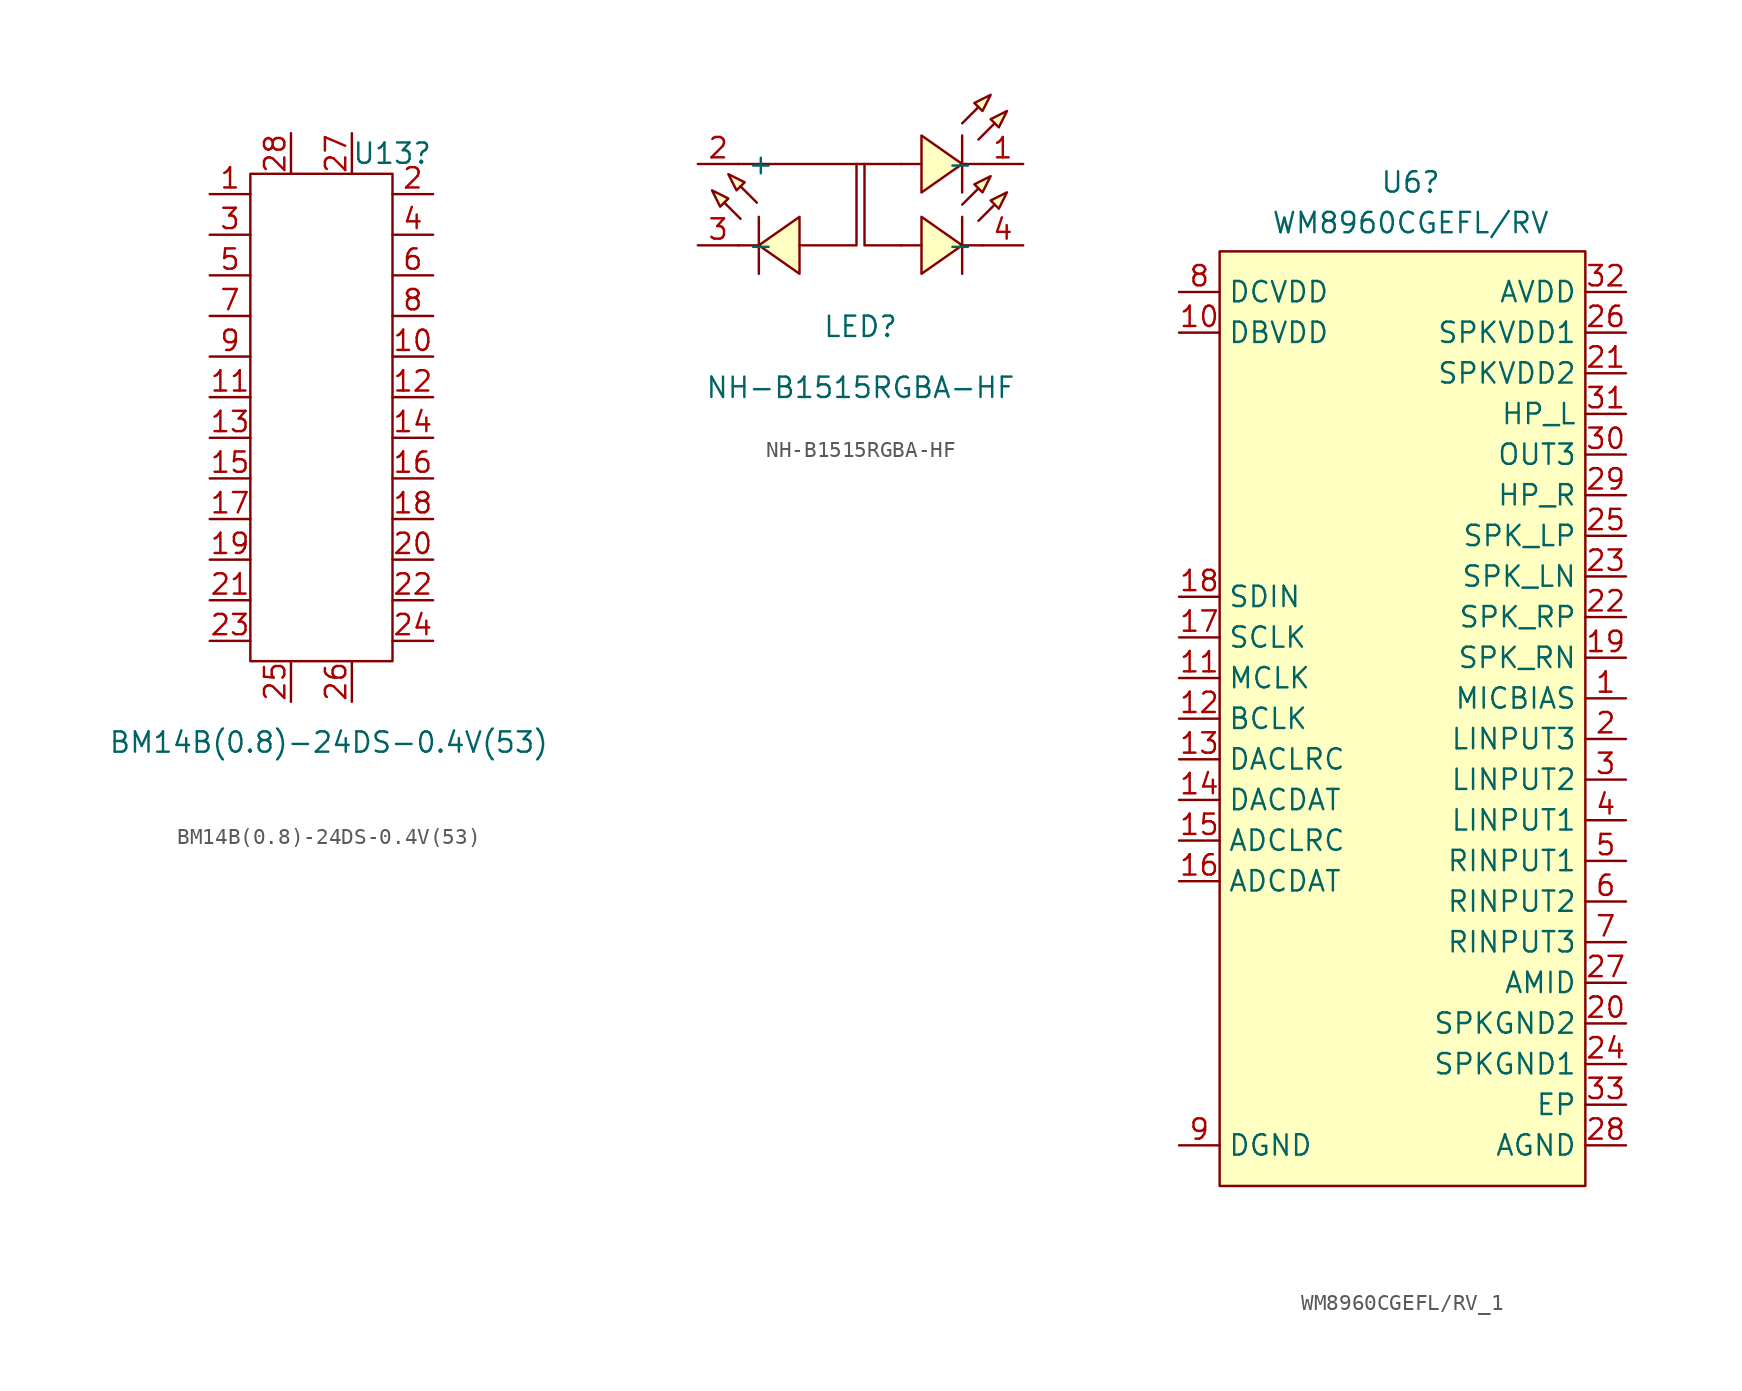
<source format=kicad_sym>
(kicad_symbol_lib
  (version 20231120)
  (generator "kicad_symbol_editor")
  (generator_version "8.0")
  (symbol "BM14B(0.8)-24DS-0.4V(53)"
    (property "Reference" "U13"
      (at 6.35 31.75 0)
      (effects (font (size 1.27 1.27)) (justify left)))
    (property "Value" "BM14B(0.8)-24DS-0.4V(53)"
      (at -8.89 -5.08 0)
      (effects (font (size 1.27 1.27)) (justify left)))
    (symbol "BM14B(0.8)-24DS-0.4V(53)_0_1"
      (rectangle (start 0 30.48) (end 8.89 0) (stroke (width 0) (type default)) (fill (type none))))
    (symbol "BM14B(0.8)-24DS-0.4V(53)_1_1"
      (pin input line (at -2.54 29.21 0) (length 2.54) (name "" (effects (font (size 1.27 1.27)))) (number "1" (effects (font (size 1.27 1.27)))))
      (pin input line (at 11.43 19.05 180) (length 2.54) (name "" (effects (font (size 1.27 1.27)))) (number "10" (effects (font (size 1.27 1.27)))))
      (pin input line (at -2.54 16.51 0) (length 2.54) (name "" (effects (font (size 1.27 1.27)))) (number "11" (effects (font (size 1.27 1.27)))))
      (pin input line (at 11.43 16.51 180) (length 2.54) (name "" (effects (font (size 1.27 1.27)))) (number "12" (effects (font (size 1.27 1.27)))))
      (pin input line (at -2.54 13.97 0) (length 2.54) (name "" (effects (font (size 1.27 1.27)))) (number "13" (effects (font (size 1.27 1.27)))))
      (pin input line (at 11.43 13.97 180) (length 2.54) (name "" (effects (font (size 1.27 1.27)))) (number "14" (effects (font (size 1.27 1.27)))))
      (pin input line (at -2.54 11.43 0) (length 2.54) (name "" (effects (font (size 1.27 1.27)))) (number "15" (effects (font (size 1.27 1.27)))))
      (pin input line (at 11.43 11.43 180) (length 2.54) (name "" (effects (font (size 1.27 1.27)))) (number "16" (effects (font (size 1.27 1.27)))))
      (pin input line (at -2.54 8.89 0) (length 2.54) (name "" (effects (font (size 1.27 1.27)))) (number "17" (effects (font (size 1.27 1.27)))))
      (pin input line (at 11.43 8.89 180) (length 2.54) (name "" (effects (font (size 1.27 1.27)))) (number "18" (effects (font (size 1.27 1.27)))))
      (pin input line (at -2.54 6.35 0) (length 2.54) (name "" (effects (font (size 1.27 1.27)))) (number "19" (effects (font (size 1.27 1.27)))))
      (pin input line (at 11.43 29.21 180) (length 2.54) (name "" (effects (font (size 1.27 1.27)))) (number "2" (effects (font (size 1.27 1.27)))))
      (pin input line (at 11.43 6.35 180) (length 2.54) (name "" (effects (font (size 1.27 1.27)))) (number "20" (effects (font (size 1.27 1.27)))))
      (pin input line (at -2.54 3.81 0) (length 2.54) (name "" (effects (font (size 1.27 1.27)))) (number "21" (effects (font (size 1.27 1.27)))))
      (pin input line (at 11.43 3.81 180) (length 2.54) (name "" (effects (font (size 1.27 1.27)))) (number "22" (effects (font (size 1.27 1.27)))))
      (pin input line (at -2.54 1.27 0) (length 2.54) (name "" (effects (font (size 1.27 1.27)))) (number "23" (effects (font (size 1.27 1.27)))))
      (pin input line (at 11.43 1.27 180) (length 2.54) (name "" (effects (font (size 1.27 1.27)))) (number "24" (effects (font (size 1.27 1.27)))))
      (pin input line (at 2.54 -2.54 90) (length 2.54) (name "" (effects (font (size 1.27 1.27)))) (number "25" (effects (font (size 1.27 1.27)))))
      (pin input line (at 6.35 -2.54 90) (length 2.54) (name "" (effects (font (size 1.27 1.27)))) (number "26" (effects (font (size 1.27 1.27)))))
      (pin input line (at 6.35 33.02 270) (length 2.54) (name "" (effects (font (size 1.27 1.27)))) (number "27" (effects (font (size 1.27 1.27)))))
      (pin input line (at 2.54 33.02 270) (length 2.54) (name "" (effects (font (size 1.27 1.27)))) (number "28" (effects (font (size 1.27 1.27)))))
      (pin input line (at -2.54 26.67 0) (length 2.54) (name "" (effects (font (size 1.27 1.27)))) (number "3" (effects (font (size 1.27 1.27)))))
      (pin input line (at 11.43 26.67 180) (length 2.54) (name "" (effects (font (size 1.27 1.27)))) (number "4" (effects (font (size 1.27 1.27)))))
      (pin input line (at -2.54 24.13 0) (length 2.54) (name "" (effects (font (size 1.27 1.27)))) (number "5" (effects (font (size 1.27 1.27)))))
      (pin input line (at 11.43 24.13 180) (length 2.54) (name "" (effects (font (size 1.27 1.27)))) (number "6" (effects (font (size 1.27 1.27)))))
      (pin input line (at -2.54 21.59 0) (length 2.54) (name "" (effects (font (size 1.27 1.27)))) (number "7" (effects (font (size 1.27 1.27)))))
      (pin input line (at 11.43 21.59 180) (length 2.54) (name "" (effects (font (size 1.27 1.27)))) (number "8" (effects (font (size 1.27 1.27)))))
      (pin input line (at -2.54 19.05 0) (length 2.54) (name "" (effects (font (size 1.27 1.27)))) (number "9" (effects (font (size 1.27 1.27)))))))
  (symbol "NH-B1515RGBA-HF"
    (property "Reference" "LED"
      (at 0 -3.81 0)
      (effects (font (size 1.27 1.27))))
    (property "Value" "NH-B1515RGBA-HF"
      (at 0 -7.62 0)
      (effects (font (size 1.27 1.27))))
    (symbol "NH-B1515RGBA-HF_0_1"
      (polyline (pts (xy -6.35 -0.51) (xy -6.35 3.05)) (stroke (width 0) (type default)) (fill (type none)))
      (polyline (pts (xy -6.35 1.27) (xy -7.62 1.27)) (stroke (width 0) (type default)) (fill (type none)))
      (polyline (pts (xy 2.54 1.27) (xy 3.81 1.27)) (stroke (width 0) (type default)) (fill (type none)))
      (polyline (pts (xy 2.54 6.35) (xy -7.62 6.35)) (stroke (width 0) (type default)) (fill (type none)))
      (polyline (pts (xy 2.54 6.35) (xy 3.81 6.35)) (stroke (width 0) (type default)) (fill (type none)))
      (polyline (pts (xy 6.35 -0.51) (xy 6.35 3.05)) (stroke (width 0) (type default)) (fill (type none)))
      (polyline (pts (xy 6.35 1.27) (xy 7.62 1.27)) (stroke (width 0) (type default)) (fill (type none)))
      (polyline (pts (xy 6.35 4.57) (xy 6.35 8.13)) (stroke (width 0) (type default)) (fill (type none)))
      (polyline (pts (xy 6.35 6.35) (xy 7.62 6.35)) (stroke (width 0) (type default)) (fill (type none)))
      (polyline (pts (xy -7.495 2.925) (xy -8.505 3.935) (xy -7.495 2.925)) (stroke (width 0) (type default)) (fill (type background)))
      (polyline (pts (xy -6.475 3.935) (xy -7.495 4.955) (xy -6.475 3.935)) (stroke (width 0) (type default)) (fill (type background)))
      (polyline (pts (xy -0.25 6.35) (xy -0.25 1.27) (xy -3.81 1.27)) (stroke (width 0) (type default)) (fill (type none)))
      (polyline (pts (xy 0.25 6.35) (xy 0.25 1.27) (xy 2.54 1.27)) (stroke (width 0) (type default)) (fill (type none)))
      (polyline (pts (xy 6.35 3.81) (xy 7.37 4.83) (xy 6.35 3.81)) (stroke (width 0) (type default)) (fill (type background)))
      (polyline (pts (xy 6.35 8.89) (xy 7.37 9.91) (xy 6.35 8.89)) (stroke (width 0) (type default)) (fill (type background)))
      (polyline (pts (xy 7.37 2.8) (xy 8.38 3.81) (xy 7.37 2.8)) (stroke (width 0) (type default)) (fill (type background)))
      (polyline (pts (xy 7.37 7.88) (xy 8.38 8.89) (xy 7.37 7.88)) (stroke (width 0) (type default)) (fill (type background)))
      (polyline (pts (xy -9.275 4.705) (xy -8.765 3.685) (xy -8.255 4.195) (xy -9.275 4.705)) (stroke (width 0) (type default)) (fill (type background)))
      (polyline (pts (xy -8.255 5.715) (xy -7.745 4.705) (xy -7.235 5.205) (xy -8.255 5.715)) (stroke (width 0) (type default)) (fill (type background)))
      (polyline (pts (xy -3.81 -0.51) (xy -6.35 1.27) (xy -3.81 3.05) (xy -3.81 -0.51)) (stroke (width 0) (type default)) (fill (type background)))
      (polyline (pts (xy 3.81 -0.51) (xy 6.35 1.27) (xy 3.81 3.05) (xy 3.81 -0.51)) (stroke (width 0) (type default)) (fill (type background)))
      (polyline (pts (xy 3.81 4.57) (xy 6.35 6.35) (xy 3.81 8.13) (xy 3.81 4.57)) (stroke (width 0) (type default)) (fill (type background)))
      (polyline (pts (xy 8.13 5.59) (xy 7.62 4.58) (xy 7.11 5.08) (xy 8.13 5.59)) (stroke (width 0) (type default)) (fill (type background)))
      (polyline (pts (xy 8.13 10.67) (xy 7.62 9.66) (xy 7.11 10.16) (xy 8.13 10.67)) (stroke (width 0) (type default)) (fill (type background)))
      (polyline (pts (xy 9.15 4.58) (xy 8.64 3.56) (xy 8.13 4.07) (xy 9.15 4.58)) (stroke (width 0) (type default)) (fill (type background)))
      (polyline (pts (xy 9.15 9.66) (xy 8.64 8.64) (xy 8.13 9.15) (xy 9.15 9.66)) (stroke (width 0) (type default)) (fill (type background)))
      (pin passive line (at 10.16 6.35 180) (length 2.54) (name "-" (effects (font (size 1.27 1.27)))) (number "1" (effects (font (size 1.27 1.27)))))
      (pin passive line (at -10.16 6.35 0) (length 2.54) (name "+" (effects (font (size 1.27 1.27)))) (number "2" (effects (font (size 1.27 1.27)))))
      (pin passive line (at -10.16 1.27 0) (length 2.54) (name "-" (effects (font (size 1.27 1.27)))) (number "3" (effects (font (size 1.27 1.27)))))
      (pin passive line (at 10.16 1.27 180) (length 2.54) (name "-" (effects (font (size 1.27 1.27)))) (number "4" (effects (font (size 1.27 1.27)))))))
  (symbol "WM8960CGEFL/RV_1"
    (property "Reference" "U6"
      (at 11.938 62.738 0)
      (effects (font (size 1.27 1.27))))
    (property "Value" "WM8960CGEFL/RV"
      (at 11.938 60.198 0)
      (effects (font (size 1.27 1.27))))
    (symbol "WM8960CGEFL/RV_1_1_1"
      (rectangle (start 0 58.42) (end 22.86 0) (stroke (width 0) (type default)) (fill (type background)))
      (pin input line (at 25.4 30.48 180) (length 2.54) (name "MICBIAS" (effects (font (size 1.27 1.27)))) (number "1" (effects (font (size 1.27 1.27)))))
      (pin power_in line (at -2.54 53.34 0) (length 2.54) (name "DBVDD" (effects (font (size 1.27 1.27)))) (number "10" (effects (font (size 1.27 1.27)))))
      (pin input line (at -2.54 31.75 0) (length 2.54) (name "MCLK" (effects (font (size 1.27 1.27)))) (number "11" (effects (font (size 1.27 1.27)))))
      (pin input line (at -2.54 29.21 0) (length 2.54) (name "BCLK" (effects (font (size 1.27 1.27)))) (number "12" (effects (font (size 1.27 1.27)))))
      (pin input line (at -2.54 26.67 0) (length 2.54) (name "DACLRC" (effects (font (size 1.27 1.27)))) (number "13" (effects (font (size 1.27 1.27)))))
      (pin input line (at -2.54 24.13 0) (length 2.54) (name "DACDAT" (effects (font (size 1.27 1.27)))) (number "14" (effects (font (size 1.27 1.27)))))
      (pin input line (at -2.54 21.59 0) (length 2.54) (name "ADCLRC" (effects (font (size 1.27 1.27)))) (number "15" (effects (font (size 1.27 1.27)))))
      (pin input line (at -2.54 19.05 0) (length 2.54) (name "ADCDAT" (effects (font (size 1.27 1.27)))) (number "16" (effects (font (size 1.27 1.27)))))
      (pin input line (at -2.54 34.29 0) (length 2.54) (name "SCLK" (effects (font (size 1.27 1.27)))) (number "17" (effects (font (size 1.27 1.27)))))
      (pin input line (at -2.54 36.83 0) (length 2.54) (name "SDIN" (effects (font (size 1.27 1.27)))) (number "18" (effects (font (size 1.27 1.27)))))
      (pin input line (at 25.4 33.02 180) (length 2.54) (name "SPK_RN" (effects (font (size 1.27 1.27)))) (number "19" (effects (font (size 1.27 1.27)))))
      (pin input line (at 25.4 27.94 180) (length 2.54) (name "LINPUT3" (effects (font (size 1.27 1.27)))) (number "2" (effects (font (size 1.27 1.27)))))
      (pin power_in line (at 25.4 10.16 180) (length 2.54) (name "SPKGND2" (effects (font (size 1.27 1.27)))) (number "20" (effects (font (size 1.27 1.27)))))
      (pin power_in line (at 25.4 50.8 180) (length 2.54) (name "SPKVDD2" (effects (font (size 1.27 1.27)))) (number "21" (effects (font (size 1.27 1.27)))))
      (pin input line (at 25.4 35.56 180) (length 2.54) (name "SPK_RP" (effects (font (size 1.27 1.27)))) (number "22" (effects (font (size 1.27 1.27)))))
      (pin input line (at 25.4 38.1 180) (length 2.54) (name "SPK_LN" (effects (font (size 1.27 1.27)))) (number "23" (effects (font (size 1.27 1.27)))))
      (pin power_in line (at 25.4 7.62 180) (length 2.54) (name "SPKGND1" (effects (font (size 1.27 1.27)))) (number "24" (effects (font (size 1.27 1.27)))))
      (pin input line (at 25.4 40.64 180) (length 2.54) (name "SPK_LP" (effects (font (size 1.27 1.27)))) (number "25" (effects (font (size 1.27 1.27)))))
      (pin power_in line (at 25.4 53.34 180) (length 2.54) (name "SPKVDD1" (effects (font (size 1.27 1.27)))) (number "26" (effects (font (size 1.27 1.27)))))
      (pin input line (at 25.4 12.7 180) (length 2.54) (name "AMID" (effects (font (size 1.27 1.27)))) (number "27" (effects (font (size 1.27 1.27)))))
      (pin power_in line (at 25.4 2.54 180) (length 2.54) (name "AGND" (effects (font (size 1.27 1.27)))) (number "28" (effects (font (size 1.27 1.27)))))
      (pin input line (at 25.4 43.18 180) (length 2.54) (name "HP_R" (effects (font (size 1.27 1.27)))) (number "29" (effects (font (size 1.27 1.27)))))
      (pin input line (at 25.4 25.4 180) (length 2.54) (name "LINPUT2" (effects (font (size 1.27 1.27)))) (number "3" (effects (font (size 1.27 1.27)))))
      (pin input line (at 25.4 45.72 180) (length 2.54) (name "OUT3" (effects (font (size 1.27 1.27)))) (number "30" (effects (font (size 1.27 1.27)))))
      (pin input line (at 25.4 48.26 180) (length 2.54) (name "HP_L" (effects (font (size 1.27 1.27)))) (number "31" (effects (font (size 1.27 1.27)))))
      (pin power_in line (at 25.4 55.88 180) (length 2.54) (name "AVDD" (effects (font (size 1.27 1.27)))) (number "32" (effects (font (size 1.27 1.27)))))
      (pin power_in line (at 25.4 5.08 180) (length 2.54) (name "EP" (effects (font (size 1.27 1.27)))) (number "33" (effects (font (size 1.27 1.27)))))
      (pin input line (at 25.4 22.86 180) (length 2.54) (name "LINPUT1" (effects (font (size 1.27 1.27)))) (number "4" (effects (font (size 1.27 1.27)))))
      (pin input line (at 25.4 20.32 180) (length 2.54) (name "RINPUT1" (effects (font (size 1.27 1.27)))) (number "5" (effects (font (size 1.27 1.27)))))
      (pin input line (at 25.4 17.78 180) (length 2.54) (name "RINPUT2" (effects (font (size 1.27 1.27)))) (number "6" (effects (font (size 1.27 1.27)))))
      (pin input line (at 25.4 15.24 180) (length 2.54) (name "RINPUT3" (effects (font (size 1.27 1.27)))) (number "7" (effects (font (size 1.27 1.27)))))
      (pin power_in line (at -2.54 55.88 0) (length 2.54) (name "DCVDD" (effects (font (size 1.27 1.27)))) (number "8" (effects (font (size 1.27 1.27)))))
      (pin power_in line (at -2.54 2.54 0) (length 2.54) (name "DGND" (effects (font (size 1.27 1.27)))) (number "9" (effects (font (size 1.27 1.27))))))))
</source>
